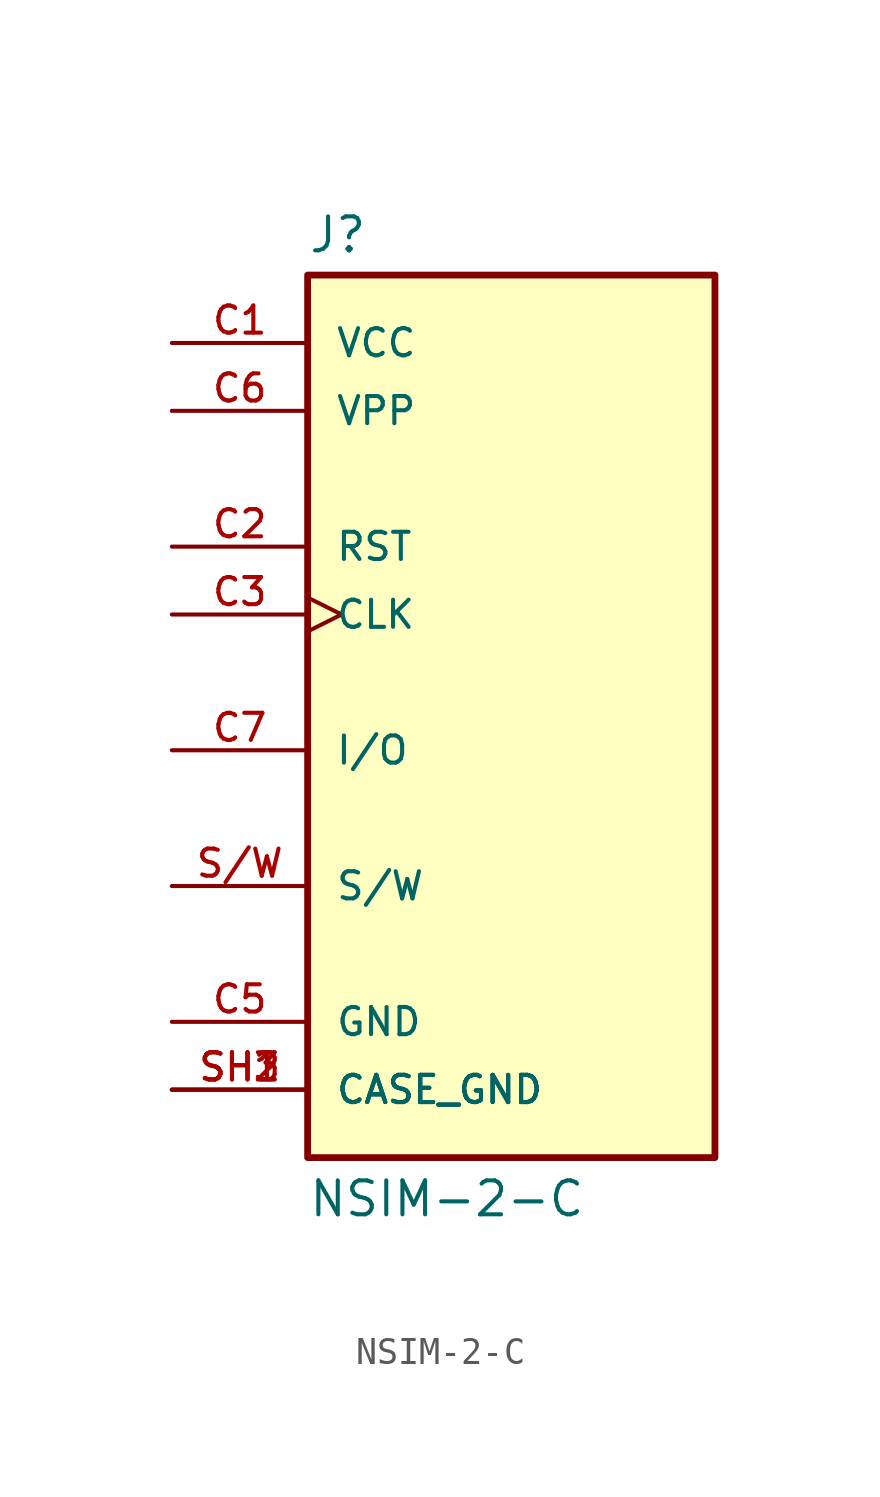
<source format=kicad_sym>
(kicad_symbol_lib
  (version 20211014)
  (generator kicad_symbol_editor)
  (symbol "NSIM-2-C"
    (pin_names
      (offset 1.016))
    (property "Reference" "J"
      (at -7.62 16.002 0)
      (effects (font (size 1.27 1.27)) (justify bottom left)))
    (property "Value" "NSIM-2-C"
      (at -7.62 -20.066 0)
      (effects (font (size 1.27 1.27)) (justify bottom left)))
    (symbol "NSIM-2-C_0_0"
      (rectangle (start -7.62 -17.78) (end 7.62 15.24) (stroke (width 0.254)) (fill (type background)))
      (pin power_in line (at -12.7 12.7 0) (length 5.08) (name "VCC" (effects (font (size 1.016 1.016)))) (number "C1" (effects (font (size 1.016 1.016)))))
      (pin input line (at -12.7 5.08 0) (length 5.08) (name "RST" (effects (font (size 1.016 1.016)))) (number "C2" (effects (font (size 1.016 1.016)))))
      (pin input clock (at -12.7 2.54 0) (length 5.08) (name "CLK" (effects (font (size 1.016 1.016)))) (number "C3" (effects (font (size 1.016 1.016)))))
      (pin power_in line (at -12.7 -12.7 0) (length 5.08) (name "GND" (effects (font (size 1.016 1.016)))) (number "C5" (effects (font (size 1.016 1.016)))))
      (pin power_in line (at -12.7 10.16 0) (length 5.08) (name "VPP" (effects (font (size 1.016 1.016)))) (number "C6" (effects (font (size 1.016 1.016)))))
      (pin bidirectional line (at -12.7 -2.54 0) (length 5.08) (name "I/O" (effects (font (size 1.016 1.016)))) (number "C7" (effects (font (size 1.016 1.016)))))
      (pin passive line (at -12.7 -7.62 0) (length 5.08) (name "S/W" (effects (font (size 1.016 1.016)))) (number "S/W" (effects (font (size 1.016 1.016)))))
      (pin power_in line (at -12.7 -15.24 0) (length 5.08) (name "CASE_GND" (effects (font (size 1.016 1.016)))) (number "SH1" (effects (font (size 1.016 1.016)))))
      (pin power_in line (at -12.7 -15.24 0) (length 5.08) (name "CASE_GND" (effects (font (size 1.016 1.016)))) (number "SH2" (effects (font (size 1.016 1.016)))))
      (pin power_in line (at -12.7 -15.24 0) (length 5.08) (name "CASE_GND" (effects (font (size 1.016 1.016)))) (number "SH3" (effects (font (size 1.016 1.016))))))))
</source>
